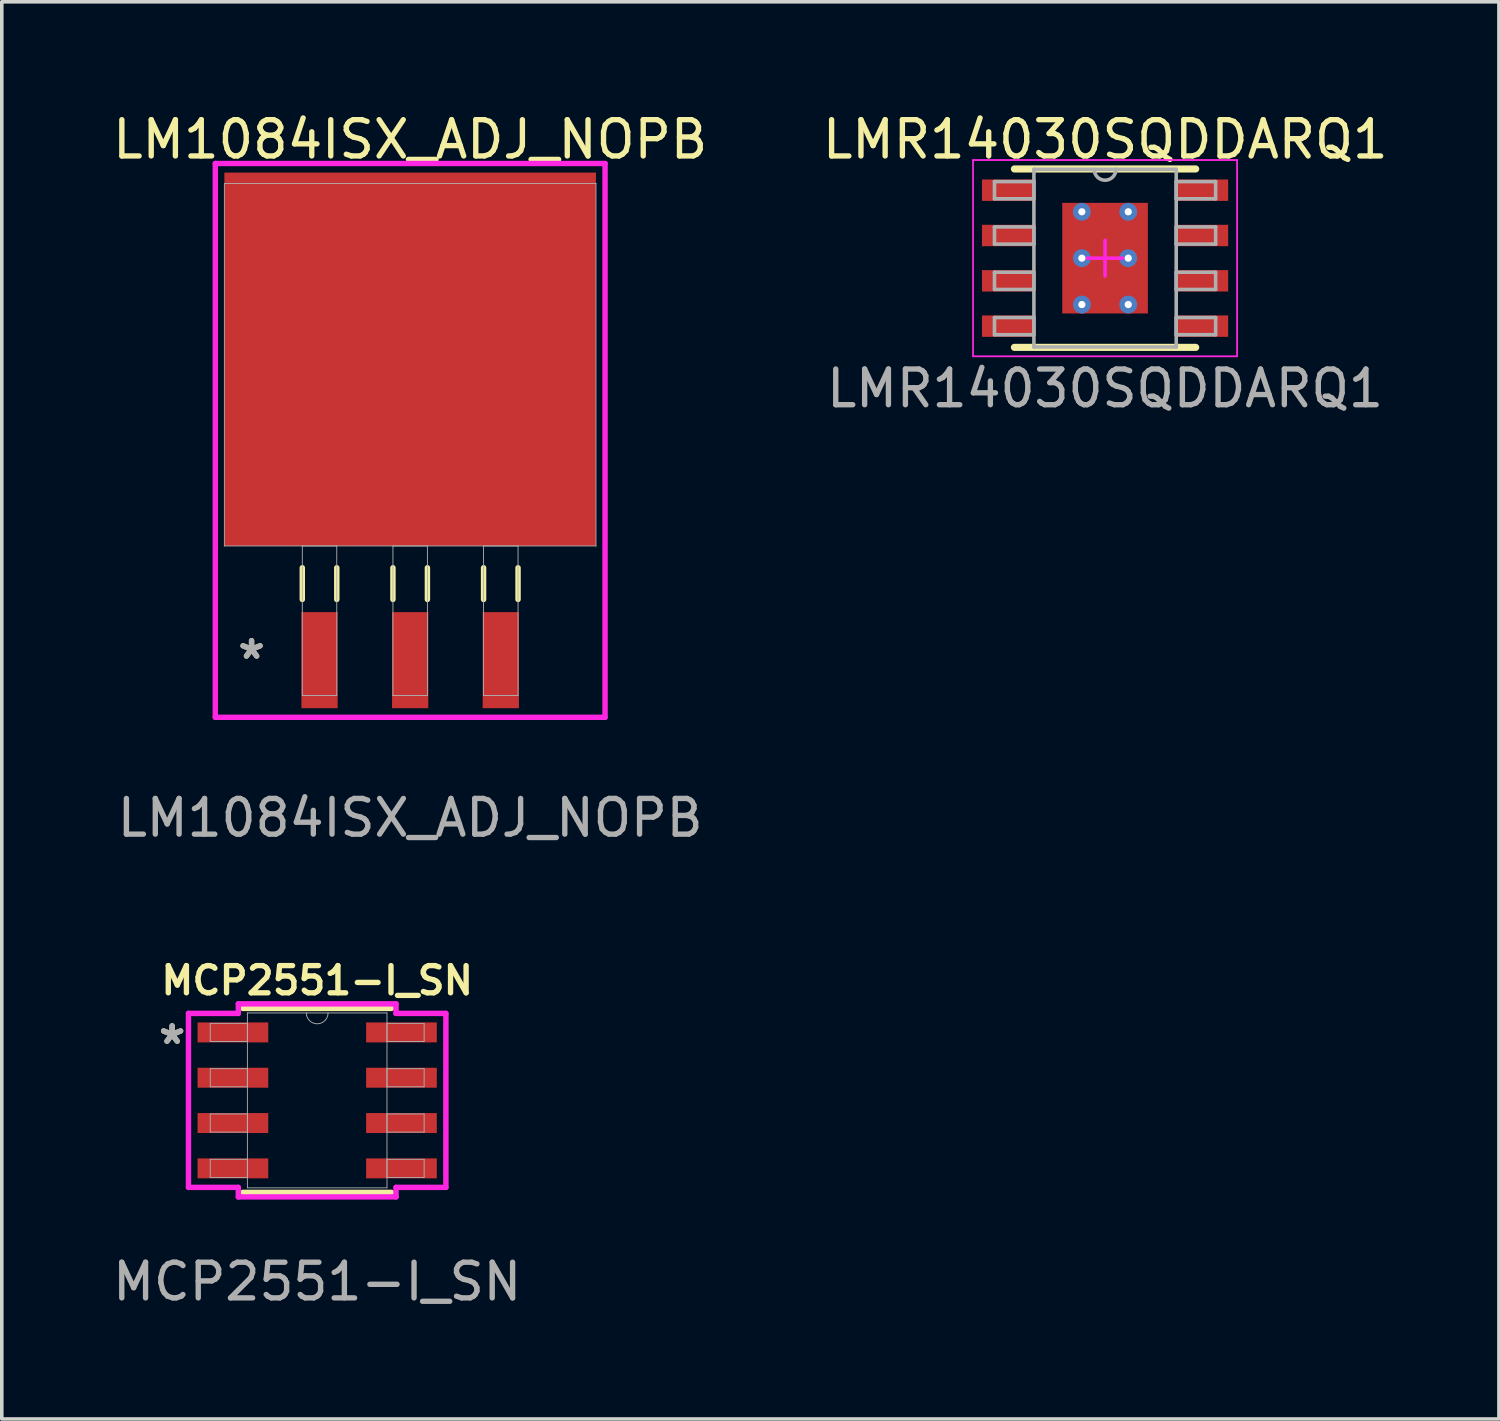
<source format=kicad_pcb>
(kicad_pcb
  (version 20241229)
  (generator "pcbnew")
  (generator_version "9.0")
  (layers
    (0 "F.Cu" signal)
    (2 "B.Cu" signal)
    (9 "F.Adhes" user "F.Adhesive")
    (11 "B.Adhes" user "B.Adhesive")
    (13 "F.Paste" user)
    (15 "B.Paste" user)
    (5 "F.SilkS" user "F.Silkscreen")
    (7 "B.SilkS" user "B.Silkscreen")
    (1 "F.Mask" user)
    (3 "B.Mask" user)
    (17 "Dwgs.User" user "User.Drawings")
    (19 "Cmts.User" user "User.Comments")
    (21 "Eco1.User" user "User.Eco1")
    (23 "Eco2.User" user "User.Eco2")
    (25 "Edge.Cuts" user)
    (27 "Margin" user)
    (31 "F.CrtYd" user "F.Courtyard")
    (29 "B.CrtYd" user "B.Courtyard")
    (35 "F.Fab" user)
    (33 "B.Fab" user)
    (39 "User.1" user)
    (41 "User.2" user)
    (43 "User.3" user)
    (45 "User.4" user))
  (footprint "LM1084ISX_ADJ_NOPB"
    (layer "F.Cu")
    (at 8.445 7.171)
    (property "Reference" "LM1084ISX_ADJ_NOPB" (at 0 -6.313 0) (unlocked yes) (layer "F.SilkS") (effects (font (size 1.016 1.016) (thickness 0.15))))
    (attr smd)
    (fp_line (start -3.023 5.69) (end -3.023 6.579) (stroke (width 0.152) (type solid)) (layer "F.SilkS"))
    (fp_line (start -2.057 5.69) (end -2.057 6.579) (stroke (width 0.152) (type solid)) (layer "F.SilkS"))
    (fp_line (start -0.483 5.69) (end -0.483 6.579) (stroke (width 0.152) (type solid)) (layer "F.SilkS"))
    (fp_line (start 0.483 5.69) (end 0.483 6.579) (stroke (width 0.152) (type solid)) (layer "F.SilkS"))
    (fp_line (start 2.057 5.69) (end 2.057 6.579) (stroke (width 0.152) (type solid)) (layer "F.SilkS"))
    (fp_line (start 3.023 5.69) (end 3.023 6.579) (stroke (width 0.152) (type solid)) (layer "F.SilkS"))
    (fp_line (start -5.461 -5.639) (end 5.461 -5.639) (stroke (width 0.152) (type solid)) (layer "F.CrtYd"))
    (fp_line (start -5.461 9.881) (end -5.461 -5.639) (stroke (width 0.152) (type solid)) (layer "F.CrtYd"))
    (fp_line (start 5.461 -5.639) (end 5.461 9.881) (stroke (width 0.152) (type solid)) (layer "F.CrtYd"))
    (fp_line (start 5.461 9.881) (end -5.461 9.881) (stroke (width 0.152) (type solid)) (layer "F.CrtYd"))
    (fp_line (start -5.207 -5.08) (end -5.207 5.08) (stroke (width 0.025) (type solid)) (layer "F.Fab"))
    (fp_line (start -5.207 5.08) (end 5.207 5.08) (stroke (width 0.025) (type solid)) (layer "F.Fab"))
    (fp_line (start -3.023 5.08) (end -3.023 9.271) (stroke (width 0.025) (type solid)) (layer "F.Fab"))
    (fp_line (start -3.023 9.271) (end -2.057 9.271) (stroke (width 0.025) (type solid)) (layer "F.Fab"))
    (fp_line (start -2.057 5.08) (end -3.023 5.08) (stroke (width 0.025) (type solid)) (layer "F.Fab"))
    (fp_line (start -2.057 9.271) (end -2.057 5.08) (stroke (width 0.025) (type solid)) (layer "F.Fab"))
    (fp_line (start -0.483 5.08) (end -0.483 9.271) (stroke (width 0.025) (type solid)) (layer "F.Fab"))
    (fp_line (start -0.483 9.271) (end 0.483 9.271) (stroke (width 0.025) (type solid)) (layer "F.Fab"))
    (fp_line (start 0.483 5.08) (end -0.483 5.08) (stroke (width 0.025) (type solid)) (layer "F.Fab"))
    (fp_line (start 0.483 9.271) (end 0.483 5.08) (stroke (width 0.025) (type solid)) (layer "F.Fab"))
    (fp_line (start 2.057 5.08) (end 2.057 9.271) (stroke (width 0.025) (type solid)) (layer "F.Fab"))
    (fp_line (start 2.057 9.271) (end 3.023 9.271) (stroke (width 0.025) (type solid)) (layer "F.Fab"))
    (fp_line (start 3.023 5.08) (end 2.057 5.08) (stroke (width 0.025) (type solid)) (layer "F.Fab"))
    (fp_line (start 3.023 9.271) (end 3.023 5.08) (stroke (width 0.025) (type solid)) (layer "F.Fab"))
    (fp_line (start 5.207 -5.08) (end -5.207 -5.08) (stroke (width 0.025) (type solid)) (layer "F.Fab"))
    (fp_line (start 5.207 5.08) (end 5.207 -5.08) (stroke (width 0.025) (type solid)) (layer "F.Fab"))
    (fp_text user "*" (at -4.445 8.28 0) (layer "F.SilkS") (effects (font (size 1 1) (thickness 0.15))))
    (fp_text user "*" (at -4.445 8.28 0) (layer "F.Fab") (effects (font (size 1 1) (thickness 0.15))))
    (fp_text user "${REFERENCE}" (at 0 12.7 0) (unlocked yes) (layer "F.Fab") (effects (font (size 1 1) (thickness 0.15))))
    (pad "1" smd rect (at -2.54 8.28) (size 1.016 2.692) (layers "F.Cu" "F.Mask" "F.Paste"))
    (pad "2" smd rect (at 0 8.28) (size 1.016 2.692) (layers "F.Cu" "F.Mask" "F.Paste"))
    (pad "3" smd rect (at 2.54 8.28) (size 1.016 2.692) (layers "F.Cu" "F.Mask" "F.Paste"))
    (pad "4" smd rect (at 0 -0.152) (size 10.414 10.465) (layers "F.Cu" "F.Mask" "F.Paste")))
  (footprint "MCP2551-I_SN"
    (layer "F.Cu")
    (at 5.839 27.788)
    (property "Reference" "MCP2551-I_SN" (at 0 -3.36 0) (unlocked yes) (layer "F.SilkS") (effects (font (size 0.762 0.762) (thickness 0.15))))
    (attr smd)
    (fp_line (start -2.083 2.578) (end 2.083 2.578) (stroke (width 0.152) (type solid)) (layer "F.SilkS"))
    (fp_line (start 2.083 -2.578) (end -2.083 -2.578) (stroke (width 0.152) (type solid)) (layer "F.SilkS"))
    (fp_line (start -3.607 -2.438) (end -2.21 -2.438) (stroke (width 0.152) (type solid)) (layer "F.CrtYd"))
    (fp_line (start -3.607 2.438) (end -3.607 -2.438) (stroke (width 0.152) (type solid)) (layer "F.CrtYd"))
    (fp_line (start -3.607 2.438) (end -2.21 2.438) (stroke (width 0.152) (type solid)) (layer "F.CrtYd"))
    (fp_line (start -2.21 -2.705) (end 2.21 -2.705) (stroke (width 0.152) (type solid)) (layer "F.CrtYd"))
    (fp_line (start -2.21 -2.438) (end -2.21 -2.705) (stroke (width 0.152) (type solid)) (layer "F.CrtYd"))
    (fp_line (start -2.21 2.705) (end -2.21 2.438) (stroke (width 0.152) (type solid)) (layer "F.CrtYd"))
    (fp_line (start 2.21 -2.705) (end 2.21 -2.438) (stroke (width 0.152) (type solid)) (layer "F.CrtYd"))
    (fp_line (start 2.21 2.438) (end 2.21 2.705) (stroke (width 0.152) (type solid)) (layer "F.CrtYd"))
    (fp_line (start 2.21 2.705) (end -2.21 2.705) (stroke (width 0.152) (type solid)) (layer "F.CrtYd"))
    (fp_line (start 3.607 -2.438) (end 2.21 -2.438) (stroke (width 0.152) (type solid)) (layer "F.CrtYd"))
    (fp_line (start 3.607 -2.438) (end 3.607 2.438) (stroke (width 0.152) (type solid)) (layer "F.CrtYd"))
    (fp_line (start 3.607 2.438) (end 2.21 2.438) (stroke (width 0.152) (type solid)) (layer "F.CrtYd"))
    (fp_line (start -2.997 -2.159) (end -2.997 -1.651) (stroke (width 0.025) (type solid)) (layer "F.Fab"))
    (fp_line (start -2.997 -1.651) (end -1.956 -1.651) (stroke (width 0.025) (type solid)) (layer "F.Fab"))
    (fp_line (start -2.997 -0.889) (end -2.997 -0.381) (stroke (width 0.025) (type solid)) (layer "F.Fab"))
    (fp_line (start -2.997 -0.381) (end -1.956 -0.381) (stroke (width 0.025) (type solid)) (layer "F.Fab"))
    (fp_line (start -2.997 0.381) (end -2.997 0.889) (stroke (width 0.025) (type solid)) (layer "F.Fab"))
    (fp_line (start -2.997 0.889) (end -1.956 0.889) (stroke (width 0.025) (type solid)) (layer "F.Fab"))
    (fp_line (start -2.997 1.651) (end -2.997 2.159) (stroke (width 0.025) (type solid)) (layer "F.Fab"))
    (fp_line (start -2.997 2.159) (end -1.956 2.159) (stroke (width 0.025) (type solid)) (layer "F.Fab"))
    (fp_line (start -1.956 -2.451) (end -1.956 2.451) (stroke (width 0.025) (type solid)) (layer "F.Fab"))
    (fp_line (start -1.956 -2.159) (end -2.997 -2.159) (stroke (width 0.025) (type solid)) (layer "F.Fab"))
    (fp_line (start -1.956 -1.651) (end -1.956 -2.159) (stroke (width 0.025) (type solid)) (layer "F.Fab"))
    (fp_line (start -1.956 -0.889) (end -2.997 -0.889) (stroke (width 0.025) (type solid)) (layer "F.Fab"))
    (fp_line (start -1.956 -0.381) (end -1.956 -0.889) (stroke (width 0.025) (type solid)) (layer "F.Fab"))
    (fp_line (start -1.956 0.381) (end -2.997 0.381) (stroke (width 0.025) (type solid)) (layer "F.Fab"))
    (fp_line (start -1.956 0.889) (end -1.956 0.381) (stroke (width 0.025) (type solid)) (layer "F.Fab"))
    (fp_line (start -1.956 1.651) (end -2.997 1.651) (stroke (width 0.025) (type solid)) (layer "F.Fab"))
    (fp_line (start -1.956 2.159) (end -1.956 1.651) (stroke (width 0.025) (type solid)) (layer "F.Fab"))
    (fp_line (start -1.956 2.451) (end 1.956 2.451) (stroke (width 0.025) (type solid)) (layer "F.Fab"))
    (fp_line (start 1.956 -2.451) (end -1.956 -2.451) (stroke (width 0.025) (type solid)) (layer "F.Fab"))
    (fp_line (start 1.956 -2.159) (end 1.956 -1.651) (stroke (width 0.025) (type solid)) (layer "F.Fab"))
    (fp_line (start 1.956 -1.651) (end 2.997 -1.651) (stroke (width 0.025) (type solid)) (layer "F.Fab"))
    (fp_line (start 1.956 -0.889) (end 1.956 -0.381) (stroke (width 0.025) (type solid)) (layer "F.Fab"))
    (fp_line (start 1.956 -0.381) (end 2.997 -0.381) (stroke (width 0.025) (type solid)) (layer "F.Fab"))
    (fp_line (start 1.956 0.381) (end 1.956 0.889) (stroke (width 0.025) (type solid)) (layer "F.Fab"))
    (fp_line (start 1.956 0.889) (end 2.997 0.889) (stroke (width 0.025) (type solid)) (layer "F.Fab"))
    (fp_line (start 1.956 1.651) (end 1.956 2.159) (stroke (width 0.025) (type solid)) (layer "F.Fab"))
    (fp_line (start 1.956 2.159) (end 2.997 2.159) (stroke (width 0.025) (type solid)) (layer "F.Fab"))
    (fp_line (start 1.956 2.451) (end 1.956 -2.451) (stroke (width 0.025) (type solid)) (layer "F.Fab"))
    (fp_line (start 2.997 -2.159) (end 1.956 -2.159) (stroke (width 0.025) (type solid)) (layer "F.Fab"))
    (fp_line (start 2.997 -1.651) (end 2.997 -2.159) (stroke (width 0.025) (type solid)) (layer "F.Fab"))
    (fp_line (start 2.997 -0.889) (end 1.956 -0.889) (stroke (width 0.025) (type solid)) (layer "F.Fab"))
    (fp_line (start 2.997 -0.381) (end 2.997 -0.889) (stroke (width 0.025) (type solid)) (layer "F.Fab"))
    (fp_line (start 2.997 0.381) (end 1.956 0.381) (stroke (width 0.025) (type solid)) (layer "F.Fab"))
    (fp_line (start 2.997 0.889) (end 2.997 0.381) (stroke (width 0.025) (type solid)) (layer "F.Fab"))
    (fp_line (start 2.997 1.651) (end 1.956 1.651) (stroke (width 0.025) (type solid)) (layer "F.Fab"))
    (fp_line (start 2.997 2.159) (end 2.997 1.651) (stroke (width 0.025) (type solid)) (layer "F.Fab"))
    (fp_arc (start 0.3048 -2.4511) (mid 0 -2.1463) (end -0.3048 -2.4511) (stroke (width 0.0254) (type solid)) (layer "F.Fab"))
    (fp_text user "*" (at -4.066 -1.543 0) (layer "F.SilkS") (effects (font (size 1 1) (thickness 0.15))))
    (fp_text user "*" (at -4.066 -1.543 0) (layer "F.Fab") (effects (font (size 1 1) (thickness 0.15))))
    (fp_text user "${REFERENCE}" (at 0 5.08 0) (unlocked yes) (layer "F.Fab") (effects (font (size 1 1) (thickness 0.15))))
    (pad "1" smd rect (at -2.362 -1.905) (size 1.981 0.559) (layers "F.Cu" "F.Mask" "F.Paste"))
    (pad "2" smd rect (at -2.362 -0.635) (size 1.981 0.559) (layers "F.Cu" "F.Mask" "F.Paste"))
    (pad "3" smd rect (at -2.362 0.635) (size 1.981 0.559) (layers "F.Cu" "F.Mask" "F.Paste"))
    (pad "4" smd rect (at -2.362 1.905) (size 1.981 0.559) (layers "F.Cu" "F.Mask" "F.Paste"))
    (pad "5" smd rect (at 2.362 1.905) (size 1.981 0.559) (layers "F.Cu" "F.Mask" "F.Paste"))
    (pad "6" smd rect (at 2.362 0.635) (size 1.981 0.559) (layers "F.Cu" "F.Mask" "F.Paste"))
    (pad "7" smd rect (at 2.362 -0.635) (size 1.981 0.559) (layers "F.Cu" "F.Mask" "F.Paste"))
    (pad "8" smd rect (at 2.362 -1.905) (size 1.981 0.559) (layers "F.Cu" "F.Mask" "F.Paste")))
  (footprint "LMR14030SQDDARQ1"
    (layer "F.Cu")
    (at 27.919 4.185)
    (property "Reference" "LMR14030SQDDARQ1" (at 0.005 -3.327 0) (unlocked yes) (layer "F.SilkS") (effects (font (size 1.016 1.016) (thickness 0.15))))
    (attr smd)
    (fp_line (start -2.54 -2.5) (end 2.54 -2.5) (stroke (width 0.2) (type solid)) (layer "F.SilkS"))
    (fp_line (start -2.54 2.5) (end 2.54 2.5) (stroke (width 0.2) (type solid)) (layer "F.SilkS"))
    (fp_line (start -3.7 -2.75) (end 3.7 -2.75) (stroke (width 0.05) (type solid)) (layer "F.CrtYd"))
    (fp_line (start -3.7 2.75) (end -3.7 -2.75) (stroke (width 0.05) (type solid)) (layer "F.CrtYd"))
    (fp_line (start -3.7 2.75) (end 3.7 2.75) (stroke (width 0.05) (type solid)) (layer "F.CrtYd"))
    (fp_line (start -0.5 0) (end 0.5 0) (stroke (width 0.1) (type solid)) (layer "F.CrtYd"))
    (fp_line (start 0 0.5) (end 0 -0.5) (stroke (width 0.1) (type solid)) (layer "F.CrtYd"))
    (fp_line (start 3.7 2.75) (end 3.7 -2.75) (stroke (width 0.05) (type solid)) (layer "F.CrtYd"))
    (fp_line (start -3.099 -2.146) (end -1.994 -2.146) (stroke (width 0.1) (type solid)) (layer "F.Fab"))
    (fp_line (start -3.099 -1.664) (end -3.099 -2.146) (stroke (width 0.1) (type solid)) (layer "F.Fab"))
    (fp_line (start -3.099 -1.664) (end -1.994 -1.664) (stroke (width 0.1) (type solid)) (layer "F.Fab"))
    (fp_line (start -3.099 -0.876) (end -1.994 -0.876) (stroke (width 0.1) (type solid)) (layer "F.Fab"))
    (fp_line (start -3.099 -0.394) (end -3.099 -0.876) (stroke (width 0.1) (type solid)) (layer "F.Fab"))
    (fp_line (start -3.099 -0.394) (end -1.994 -0.394) (stroke (width 0.1) (type solid)) (layer "F.Fab"))
    (fp_line (start -3.099 0.394) (end -1.994 0.394) (stroke (width 0.1) (type solid)) (layer "F.Fab"))
    (fp_line (start -3.099 0.876) (end -3.099 0.394) (stroke (width 0.1) (type solid)) (layer "F.Fab"))
    (fp_line (start -3.099 0.876) (end -1.994 0.876) (stroke (width 0.1) (type solid)) (layer "F.Fab"))
    (fp_line (start -3.099 1.664) (end -1.994 1.664) (stroke (width 0.1) (type solid)) (layer "F.Fab"))
    (fp_line (start -3.099 2.146) (end -3.099 1.664) (stroke (width 0.1) (type solid)) (layer "F.Fab"))
    (fp_line (start -3.099 2.146) (end -1.994 2.146) (stroke (width 0.1) (type solid)) (layer "F.Fab"))
    (fp_line (start -1.994 -2.489) (end 1.994 -2.489) (stroke (width 0.1) (type solid)) (layer "F.Fab"))
    (fp_line (start -1.994 -1.664) (end -1.994 -2.146) (stroke (width 0.1) (type solid)) (layer "F.Fab"))
    (fp_line (start -1.994 -0.394) (end -1.994 -0.876) (stroke (width 0.1) (type solid)) (layer "F.Fab"))
    (fp_line (start -1.994 0.876) (end -1.994 0.394) (stroke (width 0.1) (type solid)) (layer "F.Fab"))
    (fp_line (start -1.994 2.146) (end -1.994 1.664) (stroke (width 0.1) (type solid)) (layer "F.Fab"))
    (fp_line (start -1.994 2.489) (end -1.994 -2.489) (stroke (width 0.1) (type solid)) (layer "F.Fab"))
    (fp_line (start -1.994 2.489) (end 1.994 2.489) (stroke (width 0.1) (type solid)) (layer "F.Fab"))
    (fp_line (start 1.994 -2.146) (end 3.099 -2.146) (stroke (width 0.1) (type solid)) (layer "F.Fab"))
    (fp_line (start 1.994 -1.664) (end 1.994 -2.146) (stroke (width 0.1) (type solid)) (layer "F.Fab"))
    (fp_line (start 1.994 -1.664) (end 3.099 -1.664) (stroke (width 0.1) (type solid)) (layer "F.Fab"))
    (fp_line (start 1.994 -0.876) (end 3.099 -0.876) (stroke (width 0.1) (type solid)) (layer "F.Fab"))
    (fp_line (start 1.994 -0.394) (end 1.994 -0.876) (stroke (width 0.1) (type solid)) (layer "F.Fab"))
    (fp_line (start 1.994 -0.394) (end 3.099 -0.394) (stroke (width 0.1) (type solid)) (layer "F.Fab"))
    (fp_line (start 1.994 0.394) (end 3.099 0.394) (stroke (width 0.1) (type solid)) (layer "F.Fab"))
    (fp_line (start 1.994 0.876) (end 1.994 0.394) (stroke (width 0.1) (type solid)) (layer "F.Fab"))
    (fp_line (start 1.994 0.876) (end 3.099 0.876) (stroke (width 0.1) (type solid)) (layer "F.Fab"))
    (fp_line (start 1.994 1.664) (end 3.099 1.664) (stroke (width 0.1) (type solid)) (layer "F.Fab"))
    (fp_line (start 1.994 2.146) (end 1.994 1.664) (stroke (width 0.1) (type solid)) (layer "F.Fab"))
    (fp_line (start 1.994 2.146) (end 3.099 2.146) (stroke (width 0.1) (type solid)) (layer "F.Fab"))
    (fp_line (start 1.994 2.489) (end 1.994 -2.489) (stroke (width 0.1) (type solid)) (layer "F.Fab"))
    (fp_line (start 3.099 -1.664) (end 3.099 -2.146) (stroke (width 0.1) (type solid)) (layer "F.Fab"))
    (fp_line (start 3.099 -0.394) (end 3.099 -0.876) (stroke (width 0.1) (type solid)) (layer "F.Fab"))
    (fp_line (start 3.099 0.876) (end 3.099 0.394) (stroke (width 0.1) (type solid)) (layer "F.Fab"))
    (fp_line (start 3.099 2.146) (end 3.099 1.664) (stroke (width 0.1) (type solid)) (layer "F.Fab"))
    (fp_arc (start 0.3048 -2.4892) (mid 0 -2.1844) (end -0.3048 -2.4892) (stroke (width 0.1) (type solid)) (layer "F.Fab"))
    (fp_text user "${REFERENCE}" (at 0.000052 3.652 0) (unlocked yes) (layer "F.Fab") (effects (font (size 1 1) (thickness 0.15))))
    (pad "1" smd rect (at -2.725 -1.905 90) (size 0.6 1.45) (layers "F.Cu" "F.Mask" "F.Paste"))
    (pad "2" smd rect (at -2.725 -0.635 90) (size 0.6 1.45) (layers "F.Cu" "F.Mask" "F.Paste"))
    (pad "3" smd rect (at -2.725 0.635 90) (size 0.6 1.45) (layers "F.Cu" "F.Mask" "F.Paste"))
    (pad "4" smd rect (at -2.725 1.905 90) (size 0.6 1.45) (layers "F.Cu" "F.Mask" "F.Paste"))
    (pad "5" smd rect (at 2.725 1.905 90) (size 0.6 1.45) (layers "F.Cu" "F.Mask" "F.Paste"))
    (pad "6" smd rect (at 2.725 0.635 90) (size 0.6 1.45) (layers "F.Cu" "F.Mask" "F.Paste"))
    (pad "7" smd rect (at 2.725 -0.635 90) (size 0.6 1.45) (layers "F.Cu" "F.Mask" "F.Paste"))
    (pad "8" smd rect (at 2.725 -1.905 90) (size 0.6 1.45) (layers "F.Cu" "F.Mask" "F.Paste"))
    (pad "9" smd rect (at 0 0) (size 2.4 3.1) (layers "F.Cu" "F.Mask" "F.Paste"))
    (pad "V" thru_hole circle (at -0.65 -1.3) (size 0.5 0.5) (drill 0.203) (layers "*.Cu" "*.Mask"))
    (pad "V" thru_hole circle (at -0.65 0) (size 0.5 0.5) (drill 0.203) (layers "*.Cu" "*.Mask"))
    (pad "V" thru_hole circle (at -0.65 1.3) (size 0.5 0.5) (drill 0.203) (layers "*.Cu" "*.Mask"))
    (pad "V" thru_hole circle (at 0.65 -1.3) (size 0.5 0.5) (drill 0.203) (layers "*.Cu" "*.Mask"))
    (pad "V" thru_hole circle (at 0.65 0) (size 0.5 0.5) (drill 0.203) (layers "*.Cu" "*.Mask"))
    (pad "V" thru_hole circle (at 0.65 1.3) (size 0.5 0.5) (drill 0.203) (layers "*.Cu" "*.Mask")))
  (gr_rect
    (start -3 -3)
    (end 38.957 36.716)
    (stroke (width 0.1) (type default))
    (fill no)
    (layer "Edge.Cuts")))
</source>
